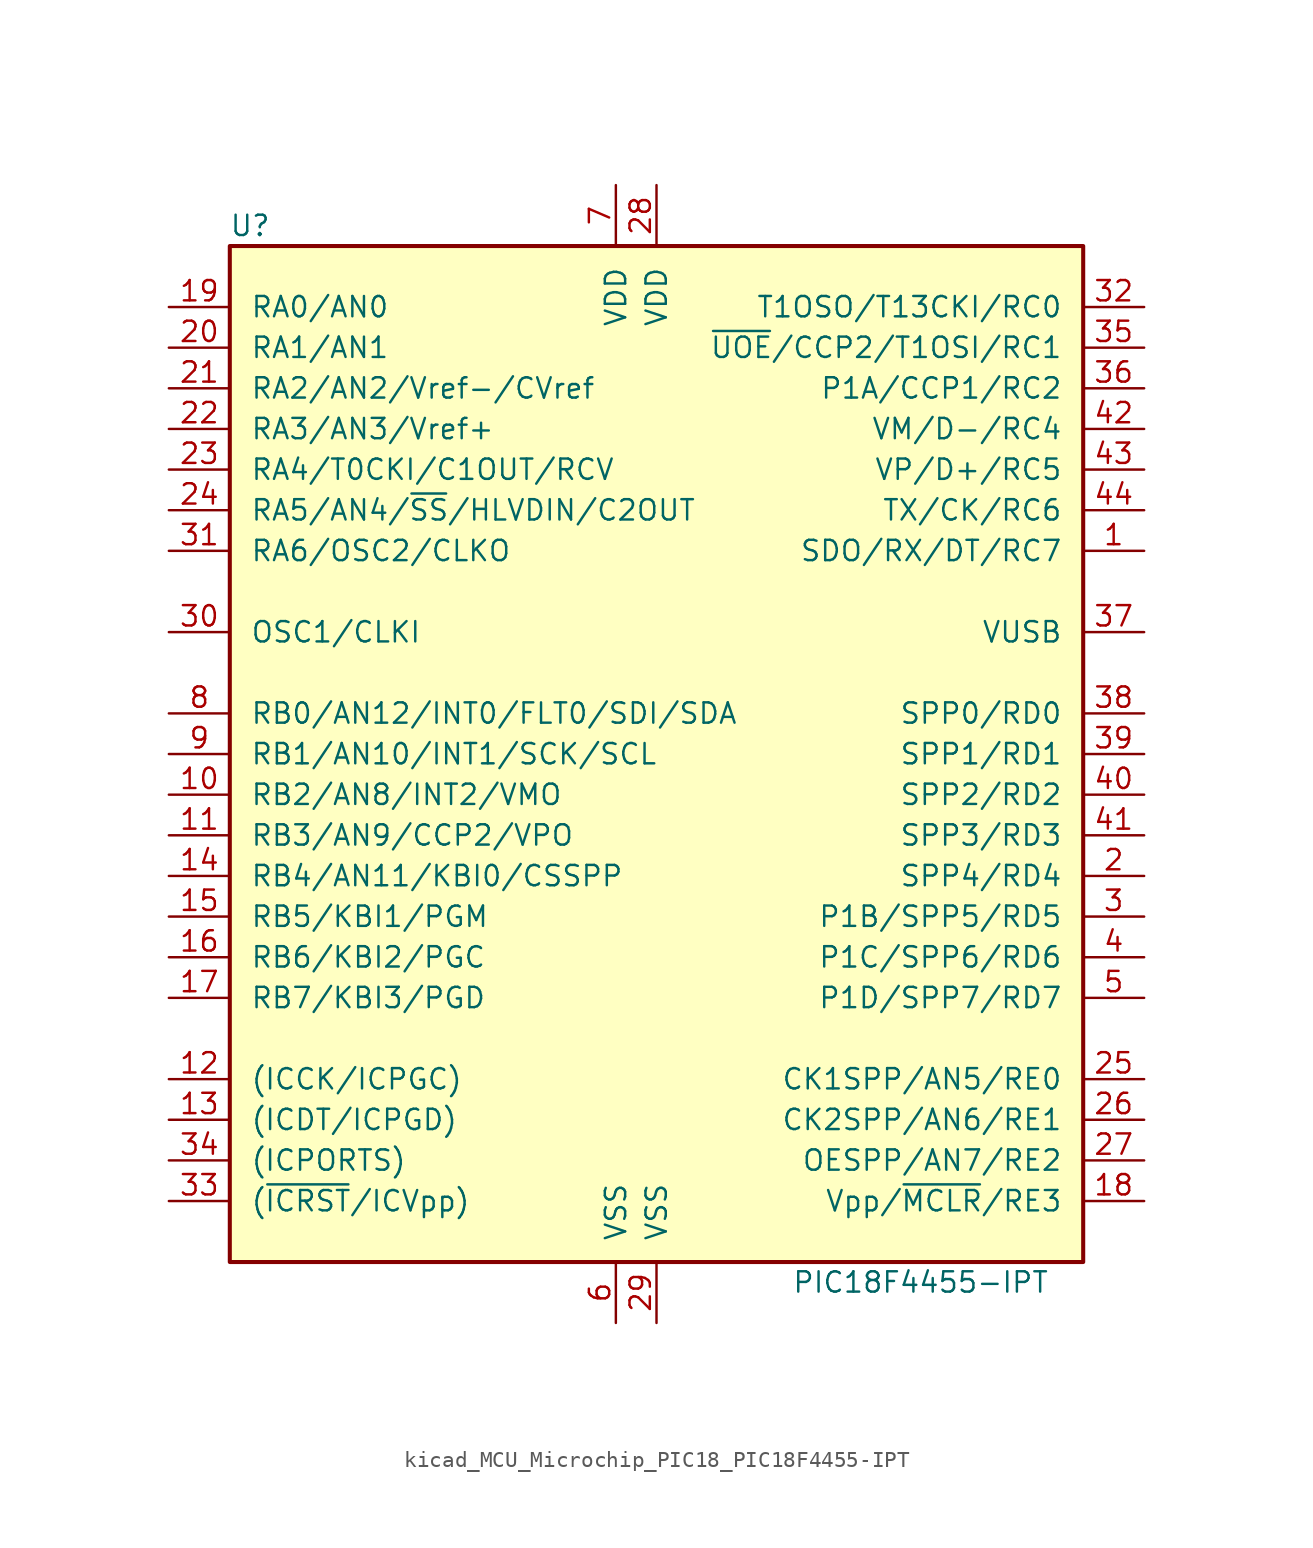
<source format=kicad_sym>
(kicad_symbol_lib
  (version 20220914)
  (generator kicad_symbol_editor)
  (symbol "kicad_MCU_Microchip_PIC18_PIC18F4455-IPT"
    (pin_names
      (offset 1.27))
    (property "Reference" "U"
      (at -25.4 33.02 0)
      (effects (font (size 1.27 1.27))))
    (property "Value" "PIC18F4455-IPT"
      (at 16.51 -33.02 0)
      (effects (font (size 1.27 1.27))))
    (symbol "kicad_MCU_Microchip_PIC18_PIC18F4455-IPT_0_1"
      (rectangle (start -26.67 31.75) (end 26.67 -31.75) (stroke (width 0.254) (type default)) (fill (type background))))
    (symbol "kicad_MCU_Microchip_PIC18_PIC18F4455-IPT_1_1"
      (pin bidirectional line (at 30.48 12.7 180) (length 3.81) (name "SDO/RX/DT/RC7" (effects (font (size 1.27 1.27)))) (number "1" (effects (font (size 1.27 1.27)))))
      (pin bidirectional line (at -30.48 -2.54 0) (length 3.81) (name "RB2/AN8/INT2/VMO" (effects (font (size 1.27 1.27)))) (number "10" (effects (font (size 1.27 1.27)))))
      (pin bidirectional line (at -30.48 -5.08 0) (length 3.81) (name "RB3/AN9/CCP2/VPO" (effects (font (size 1.27 1.27)))) (number "11" (effects (font (size 1.27 1.27)))))
      (pin bidirectional line (at -30.48 -20.32 0) (length 3.81) (name "(ICCK/ICPGC)" (effects (font (size 1.27 1.27)))) (number "12" (effects (font (size 1.27 1.27)))))
      (pin bidirectional line (at -30.48 -22.86 0) (length 3.81) (name "(ICDT/ICPGD)" (effects (font (size 1.27 1.27)))) (number "13" (effects (font (size 1.27 1.27)))))
      (pin bidirectional line (at -30.48 -7.62 0) (length 3.81) (name "RB4/AN11/KBI0/CSSPP" (effects (font (size 1.27 1.27)))) (number "14" (effects (font (size 1.27 1.27)))))
      (pin bidirectional line (at -30.48 -10.16 0) (length 3.81) (name "RB5/KBI1/PGM" (effects (font (size 1.27 1.27)))) (number "15" (effects (font (size 1.27 1.27)))))
      (pin bidirectional line (at -30.48 -12.7 0) (length 3.81) (name "RB6/KBI2/PGC" (effects (font (size 1.27 1.27)))) (number "16" (effects (font (size 1.27 1.27)))))
      (pin bidirectional line (at -30.48 -15.24 0) (length 3.81) (name "RB7/KBI3/PGD" (effects (font (size 1.27 1.27)))) (number "17" (effects (font (size 1.27 1.27)))))
      (pin input line (at 30.48 -27.94 180) (length 3.81) (name "Vpp/~{MCLR}/RE3" (effects (font (size 1.27 1.27)))) (number "18" (effects (font (size 1.27 1.27)))))
      (pin bidirectional line (at -30.48 27.94 0) (length 3.81) (name "RA0/AN0" (effects (font (size 1.27 1.27)))) (number "19" (effects (font (size 1.27 1.27)))))
      (pin bidirectional line (at 30.48 -7.62 180) (length 3.81) (name "SPP4/RD4" (effects (font (size 1.27 1.27)))) (number "2" (effects (font (size 1.27 1.27)))))
      (pin bidirectional line (at -30.48 25.4 0) (length 3.81) (name "RA1/AN1" (effects (font (size 1.27 1.27)))) (number "20" (effects (font (size 1.27 1.27)))))
      (pin bidirectional line (at -30.48 22.86 0) (length 3.81) (name "RA2/AN2/Vref-/CVref" (effects (font (size 1.27 1.27)))) (number "21" (effects (font (size 1.27 1.27)))))
      (pin bidirectional line (at -30.48 20.32 0) (length 3.81) (name "RA3/AN3/Vref+" (effects (font (size 1.27 1.27)))) (number "22" (effects (font (size 1.27 1.27)))))
      (pin bidirectional line (at -30.48 17.78 0) (length 3.81) (name "RA4/T0CKI/C1OUT/RCV" (effects (font (size 1.27 1.27)))) (number "23" (effects (font (size 1.27 1.27)))))
      (pin bidirectional line (at -30.48 15.24 0) (length 3.81) (name "RA5/AN4/~{SS}/HLVDIN/C2OUT" (effects (font (size 1.27 1.27)))) (number "24" (effects (font (size 1.27 1.27)))))
      (pin bidirectional line (at 30.48 -20.32 180) (length 3.81) (name "CK1SPP/AN5/RE0" (effects (font (size 1.27 1.27)))) (number "25" (effects (font (size 1.27 1.27)))))
      (pin bidirectional line (at 30.48 -22.86 180) (length 3.81) (name "CK2SPP/AN6/RE1" (effects (font (size 1.27 1.27)))) (number "26" (effects (font (size 1.27 1.27)))))
      (pin bidirectional line (at 30.48 -25.4 180) (length 3.81) (name "OESPP/AN7/RE2" (effects (font (size 1.27 1.27)))) (number "27" (effects (font (size 1.27 1.27)))))
      (pin power_in line (at 0 35.56 270) (length 3.81) (name "VDD" (effects (font (size 1.27 1.27)))) (number "28" (effects (font (size 1.27 1.27)))))
      (pin power_in line (at 0 -35.56 90) (length 3.81) (name "VSS" (effects (font (size 1.27 1.27)))) (number "29" (effects (font (size 1.27 1.27)))))
      (pin bidirectional line (at 30.48 -10.16 180) (length 3.81) (name "P1B/SPP5/RD5" (effects (font (size 1.27 1.27)))) (number "3" (effects (font (size 1.27 1.27)))))
      (pin input line (at -30.48 7.62 0) (length 3.81) (name "OSC1/CLKI" (effects (font (size 1.27 1.27)))) (number "30" (effects (font (size 1.27 1.27)))))
      (pin output line (at -30.48 12.7 0) (length 3.81) (name "RA6/OSC2/CLKO" (effects (font (size 1.27 1.27)))) (number "31" (effects (font (size 1.27 1.27)))))
      (pin bidirectional line (at 30.48 27.94 180) (length 3.81) (name "T1OSO/T13CKI/RC0" (effects (font (size 1.27 1.27)))) (number "32" (effects (font (size 1.27 1.27)))))
      (pin input line (at -30.48 -27.94 0) (length 3.81) (name "(~{ICRST}/ICVpp)" (effects (font (size 1.27 1.27)))) (number "33" (effects (font (size 1.27 1.27)))))
      (pin bidirectional line (at -30.48 -25.4 0) (length 3.81) (name "(ICPORTS)" (effects (font (size 1.27 1.27)))) (number "34" (effects (font (size 1.27 1.27)))))
      (pin bidirectional line (at 30.48 25.4 180) (length 3.81) (name "~{UOE}/CCP2/T1OSI/RC1" (effects (font (size 1.27 1.27)))) (number "35" (effects (font (size 1.27 1.27)))))
      (pin bidirectional line (at 30.48 22.86 180) (length 3.81) (name "P1A/CCP1/RC2" (effects (font (size 1.27 1.27)))) (number "36" (effects (font (size 1.27 1.27)))))
      (pin bidirectional line (at 30.48 7.62 180) (length 3.81) (name "VUSB" (effects (font (size 1.27 1.27)))) (number "37" (effects (font (size 1.27 1.27)))))
      (pin bidirectional line (at 30.48 2.54 180) (length 3.81) (name "SPP0/RD0" (effects (font (size 1.27 1.27)))) (number "38" (effects (font (size 1.27 1.27)))))
      (pin bidirectional line (at 30.48 0 180) (length 3.81) (name "SPP1/RD1" (effects (font (size 1.27 1.27)))) (number "39" (effects (font (size 1.27 1.27)))))
      (pin bidirectional line (at 30.48 -12.7 180) (length 3.81) (name "P1C/SPP6/RD6" (effects (font (size 1.27 1.27)))) (number "4" (effects (font (size 1.27 1.27)))))
      (pin bidirectional line (at 30.48 -2.54 180) (length 3.81) (name "SPP2/RD2" (effects (font (size 1.27 1.27)))) (number "40" (effects (font (size 1.27 1.27)))))
      (pin bidirectional line (at 30.48 -5.08 180) (length 3.81) (name "SPP3/RD3" (effects (font (size 1.27 1.27)))) (number "41" (effects (font (size 1.27 1.27)))))
      (pin bidirectional line (at 30.48 20.32 180) (length 3.81) (name "VM/D-/RC4" (effects (font (size 1.27 1.27)))) (number "42" (effects (font (size 1.27 1.27)))))
      (pin bidirectional line (at 30.48 17.78 180) (length 3.81) (name "VP/D+/RC5" (effects (font (size 1.27 1.27)))) (number "43" (effects (font (size 1.27 1.27)))))
      (pin bidirectional line (at 30.48 15.24 180) (length 3.81) (name "TX/CK/RC6" (effects (font (size 1.27 1.27)))) (number "44" (effects (font (size 1.27 1.27)))))
      (pin bidirectional line (at 30.48 -15.24 180) (length 3.81) (name "P1D/SPP7/RD7" (effects (font (size 1.27 1.27)))) (number "5" (effects (font (size 1.27 1.27)))))
      (pin power_in line (at -2.54 -35.56 90) (length 3.81) (name "VSS" (effects (font (size 1.27 1.27)))) (number "6" (effects (font (size 1.27 1.27)))))
      (pin power_in line (at -2.54 35.56 270) (length 3.81) (name "VDD" (effects (font (size 1.27 1.27)))) (number "7" (effects (font (size 1.27 1.27)))))
      (pin bidirectional line (at -30.48 2.54 0) (length 3.81) (name "RB0/AN12/INT0/FLT0/SDI/SDA" (effects (font (size 1.27 1.27)))) (number "8" (effects (font (size 1.27 1.27)))))
      (pin bidirectional line (at -30.48 0 0) (length 3.81) (name "RB1/AN10/INT1/SCK/SCL" (effects (font (size 1.27 1.27)))) (number "9" (effects (font (size 1.27 1.27))))))))
</source>
